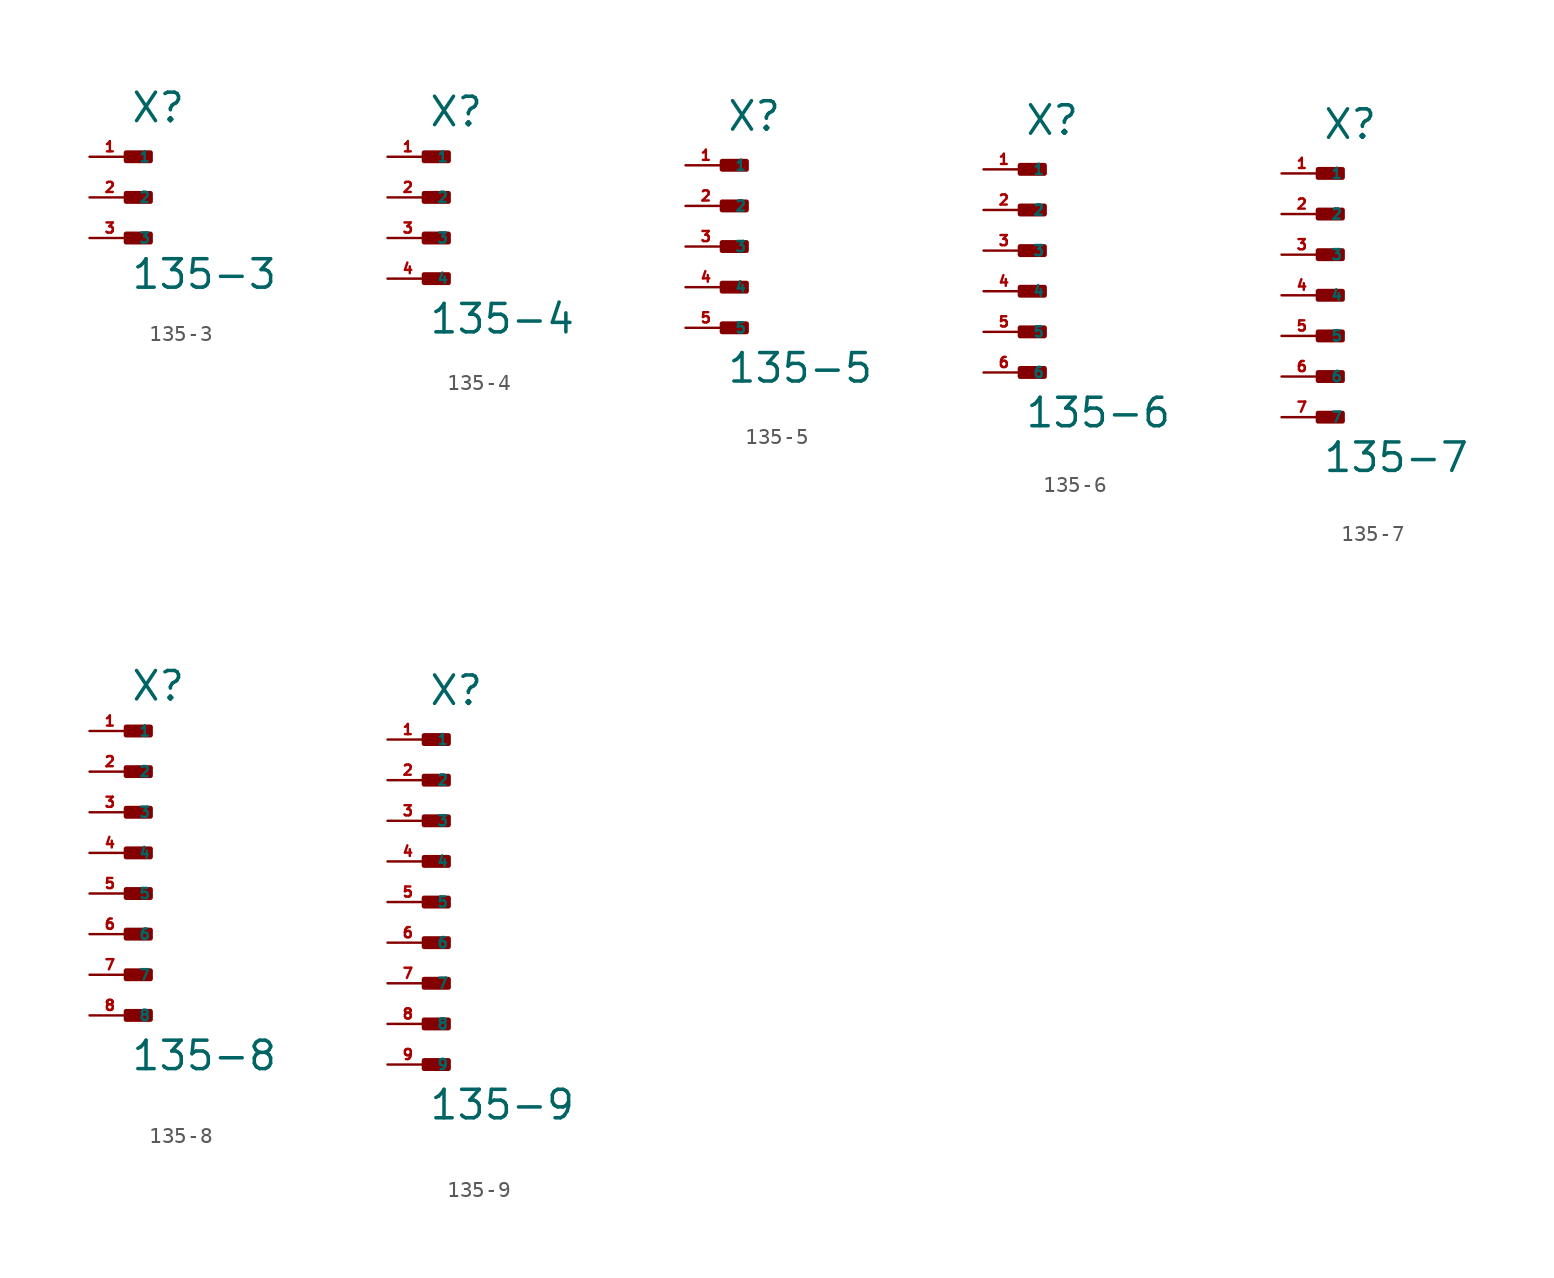
<source format=kicad_sym>
(kicad_symbol_lib
  (version 20220914)
  (generator Eagle2Kicad)
  (symbol "135-3"
    (property "Reference" "X"
      (at 0 4.572 0)
      (effects (font (size 1.778 1.778) (thickness 0.22)) (justify left bottom)))
    (property "Value" "135-3"
      (at 0 -5.842 0)
      (effects (font (size 1.778 1.778) (thickness 0.22)) (justify left bottom)))
    (rectangle
      (start -0.254 2.286)
      (end 1.27 2.794)
      (stroke (width 0.3) (type default))
      (fill (type outline)))
    (rectangle
      (start -0.254 -0.254)
      (end 1.27 0.254)
      (stroke (width 0.3) (type default))
      (fill (type outline)))
    (rectangle
      (start -0.254 -2.794)
      (end 1.27 -2.286)
      (stroke (width 0.3) (type default))
      (fill (type outline)))
    (pin passive line
      (at -2.54 2.54 0)
      (length 2.54)
      (name "1" (effects (font (size 0.635 0.635) (thickness 0.08)) (justify left bottom)))
      (number "1" (effects (font (size 0.635 0.635) (thickness 0.08)) (justify left bottom))))
    (pin passive line
      (at -2.54 0 0)
      (length 2.54)
      (name "2" (effects (font (size 0.635 0.635) (thickness 0.08)) (justify left bottom)))
      (number "2" (effects (font (size 0.635 0.635) (thickness 0.08)) (justify left bottom))))
    (pin passive line
      (at -2.54 -2.54 0)
      (length 2.54)
      (name "3" (effects (font (size 0.635 0.635) (thickness 0.08)) (justify left bottom)))
      (number "3" (effects (font (size 0.635 0.635) (thickness 0.08)) (justify left bottom)))))
  (symbol "135-4"
    (property "Reference" "X"
      (at 0 4.318 0)
      (effects (font (size 1.778 1.778) (thickness 0.22)) (justify left bottom)))
    (property "Value" "135-4"
      (at 0 -8.636 0)
      (effects (font (size 1.778 1.778) (thickness 0.22)) (justify left bottom)))
    (rectangle
      (start -0.254 2.286)
      (end 1.27 2.794)
      (stroke (width 0.3) (type default))
      (fill (type outline)))
    (rectangle
      (start -0.254 -0.254)
      (end 1.27 0.254)
      (stroke (width 0.3) (type default))
      (fill (type outline)))
    (rectangle
      (start -0.254 -2.794)
      (end 1.27 -2.286)
      (stroke (width 0.3) (type default))
      (fill (type outline)))
    (rectangle
      (start -0.254 -5.334)
      (end 1.27 -4.826)
      (stroke (width 0.3) (type default))
      (fill (type outline)))
    (pin passive line
      (at -2.54 2.54 0)
      (length 2.54)
      (name "1" (effects (font (size 0.635 0.635) (thickness 0.08)) (justify left bottom)))
      (number "1" (effects (font (size 0.635 0.635) (thickness 0.08)) (justify left bottom))))
    (pin passive line
      (at -2.54 0 0)
      (length 2.54)
      (name "2" (effects (font (size 0.635 0.635) (thickness 0.08)) (justify left bottom)))
      (number "2" (effects (font (size 0.635 0.635) (thickness 0.08)) (justify left bottom))))
    (pin passive line
      (at -2.54 -2.54 0)
      (length 2.54)
      (name "3" (effects (font (size 0.635 0.635) (thickness 0.08)) (justify left bottom)))
      (number "3" (effects (font (size 0.635 0.635) (thickness 0.08)) (justify left bottom))))
    (pin passive line
      (at -2.54 -5.08 0)
      (length 2.54)
      (name "4" (effects (font (size 0.635 0.635) (thickness 0.08)) (justify left bottom)))
      (number "4" (effects (font (size 0.635 0.635) (thickness 0.08)) (justify left bottom)))))
  (symbol "135-5"
    (property "Reference" "X"
      (at 0 7.112 0)
      (effects (font (size 1.778 1.778) (thickness 0.22)) (justify left bottom)))
    (property "Value" "135-5"
      (at 0 -8.636 0)
      (effects (font (size 1.778 1.778) (thickness 0.22)) (justify left bottom)))
    (rectangle
      (start -0.254 4.826)
      (end 1.27 5.334)
      (stroke (width 0.3) (type default))
      (fill (type outline)))
    (rectangle
      (start -0.254 2.286)
      (end 1.27 2.794)
      (stroke (width 0.3) (type default))
      (fill (type outline)))
    (rectangle
      (start -0.254 -0.254)
      (end 1.27 0.254)
      (stroke (width 0.3) (type default))
      (fill (type outline)))
    (rectangle
      (start -0.254 -2.794)
      (end 1.27 -2.286)
      (stroke (width 0.3) (type default))
      (fill (type outline)))
    (rectangle
      (start -0.254 -5.334)
      (end 1.27 -4.826)
      (stroke (width 0.3) (type default))
      (fill (type outline)))
    (pin passive line
      (at -2.54 5.08 0)
      (length 2.54)
      (name "1" (effects (font (size 0.635 0.635) (thickness 0.08)) (justify left bottom)))
      (number "1" (effects (font (size 0.635 0.635) (thickness 0.08)) (justify left bottom))))
    (pin passive line
      (at -2.54 2.54 0)
      (length 2.54)
      (name "2" (effects (font (size 0.635 0.635) (thickness 0.08)) (justify left bottom)))
      (number "2" (effects (font (size 0.635 0.635) (thickness 0.08)) (justify left bottom))))
    (pin passive line
      (at -2.54 0 0)
      (length 2.54)
      (name "3" (effects (font (size 0.635 0.635) (thickness 0.08)) (justify left bottom)))
      (number "3" (effects (font (size 0.635 0.635) (thickness 0.08)) (justify left bottom))))
    (pin passive line
      (at -2.54 -2.54 0)
      (length 2.54)
      (name "4" (effects (font (size 0.635 0.635) (thickness 0.08)) (justify left bottom)))
      (number "4" (effects (font (size 0.635 0.635) (thickness 0.08)) (justify left bottom))))
    (pin passive line
      (at -2.54 -5.08 0)
      (length 2.54)
      (name "5" (effects (font (size 0.635 0.635) (thickness 0.08)) (justify left bottom)))
      (number "5" (effects (font (size 0.635 0.635) (thickness 0.08)) (justify left bottom)))))
  (symbol "135-6"
    (property "Reference" "X"
      (at 0 7.112 0)
      (effects (font (size 1.778 1.778) (thickness 0.22)) (justify left bottom)))
    (property "Value" "135-6"
      (at 0 -11.176 0)
      (effects (font (size 1.778 1.778) (thickness 0.22)) (justify left bottom)))
    (rectangle
      (start -0.254 4.826)
      (end 1.27 5.334)
      (stroke (width 0.3) (type default))
      (fill (type outline)))
    (rectangle
      (start -0.254 2.286)
      (end 1.27 2.794)
      (stroke (width 0.3) (type default))
      (fill (type outline)))
    (rectangle
      (start -0.254 -0.254)
      (end 1.27 0.254)
      (stroke (width 0.3) (type default))
      (fill (type outline)))
    (rectangle
      (start -0.254 -2.794)
      (end 1.27 -2.286)
      (stroke (width 0.3) (type default))
      (fill (type outline)))
    (rectangle
      (start -0.254 -5.334)
      (end 1.27 -4.826)
      (stroke (width 0.3) (type default))
      (fill (type outline)))
    (rectangle
      (start -0.254 -7.874)
      (end 1.27 -7.366)
      (stroke (width 0.3) (type default))
      (fill (type outline)))
    (pin passive line
      (at -2.54 5.08 0)
      (length 2.54)
      (name "1" (effects (font (size 0.635 0.635) (thickness 0.08)) (justify left bottom)))
      (number "1" (effects (font (size 0.635 0.635) (thickness 0.08)) (justify left bottom))))
    (pin passive line
      (at -2.54 2.54 0)
      (length 2.54)
      (name "2" (effects (font (size 0.635 0.635) (thickness 0.08)) (justify left bottom)))
      (number "2" (effects (font (size 0.635 0.635) (thickness 0.08)) (justify left bottom))))
    (pin passive line
      (at -2.54 0 0)
      (length 2.54)
      (name "3" (effects (font (size 0.635 0.635) (thickness 0.08)) (justify left bottom)))
      (number "3" (effects (font (size 0.635 0.635) (thickness 0.08)) (justify left bottom))))
    (pin passive line
      (at -2.54 -2.54 0)
      (length 2.54)
      (name "4" (effects (font (size 0.635 0.635) (thickness 0.08)) (justify left bottom)))
      (number "4" (effects (font (size 0.635 0.635) (thickness 0.08)) (justify left bottom))))
    (pin passive line
      (at -2.54 -5.08 0)
      (length 2.54)
      (name "5" (effects (font (size 0.635 0.635) (thickness 0.08)) (justify left bottom)))
      (number "5" (effects (font (size 0.635 0.635) (thickness 0.08)) (justify left bottom))))
    (pin passive line
      (at -2.54 -7.62 0)
      (length 2.54)
      (name "6" (effects (font (size 0.635 0.635) (thickness 0.08)) (justify left bottom)))
      (number "6" (effects (font (size 0.635 0.635) (thickness 0.08)) (justify left bottom)))))
  (symbol "135-7"
    (property "Reference" "X"
      (at 0 9.652 0)
      (effects (font (size 1.778 1.778) (thickness 0.22)) (justify left bottom)))
    (property "Value" "135-7"
      (at 0 -11.176 0)
      (effects (font (size 1.778 1.778) (thickness 0.22)) (justify left bottom)))
    (rectangle
      (start -0.254 7.366)
      (end 1.27 7.874)
      (stroke (width 0.3) (type default))
      (fill (type outline)))
    (rectangle
      (start -0.254 4.826)
      (end 1.27 5.334)
      (stroke (width 0.3) (type default))
      (fill (type outline)))
    (rectangle
      (start -0.254 2.286)
      (end 1.27 2.794)
      (stroke (width 0.3) (type default))
      (fill (type outline)))
    (rectangle
      (start -0.254 -0.254)
      (end 1.27 0.254)
      (stroke (width 0.3) (type default))
      (fill (type outline)))
    (rectangle
      (start -0.254 -2.794)
      (end 1.27 -2.286)
      (stroke (width 0.3) (type default))
      (fill (type outline)))
    (rectangle
      (start -0.254 -5.334)
      (end 1.27 -4.826)
      (stroke (width 0.3) (type default))
      (fill (type outline)))
    (rectangle
      (start -0.254 -7.874)
      (end 1.27 -7.366)
      (stroke (width 0.3) (type default))
      (fill (type outline)))
    (pin passive line
      (at -2.54 7.62 0)
      (length 2.54)
      (name "1" (effects (font (size 0.635 0.635) (thickness 0.08)) (justify left bottom)))
      (number "1" (effects (font (size 0.635 0.635) (thickness 0.08)) (justify left bottom))))
    (pin passive line
      (at -2.54 5.08 0)
      (length 2.54)
      (name "2" (effects (font (size 0.635 0.635) (thickness 0.08)) (justify left bottom)))
      (number "2" (effects (font (size 0.635 0.635) (thickness 0.08)) (justify left bottom))))
    (pin passive line
      (at -2.54 2.54 0)
      (length 2.54)
      (name "3" (effects (font (size 0.635 0.635) (thickness 0.08)) (justify left bottom)))
      (number "3" (effects (font (size 0.635 0.635) (thickness 0.08)) (justify left bottom))))
    (pin passive line
      (at -2.54 0 0)
      (length 2.54)
      (name "4" (effects (font (size 0.635 0.635) (thickness 0.08)) (justify left bottom)))
      (number "4" (effects (font (size 0.635 0.635) (thickness 0.08)) (justify left bottom))))
    (pin passive line
      (at -2.54 -2.54 0)
      (length 2.54)
      (name "5" (effects (font (size 0.635 0.635) (thickness 0.08)) (justify left bottom)))
      (number "5" (effects (font (size 0.635 0.635) (thickness 0.08)) (justify left bottom))))
    (pin passive line
      (at -2.54 -5.08 0)
      (length 2.54)
      (name "6" (effects (font (size 0.635 0.635) (thickness 0.08)) (justify left bottom)))
      (number "6" (effects (font (size 0.635 0.635) (thickness 0.08)) (justify left bottom))))
    (pin passive line
      (at -2.54 -7.62 0)
      (length 2.54)
      (name "7" (effects (font (size 0.635 0.635) (thickness 0.08)) (justify left bottom)))
      (number "7" (effects (font (size 0.635 0.635) (thickness 0.08)) (justify left bottom)))))
  (symbol "135-8"
    (property "Reference" "X"
      (at 0 9.398 0)
      (effects (font (size 1.778 1.778) (thickness 0.22)) (justify left bottom)))
    (property "Value" "135-8"
      (at 0 -13.716 0)
      (effects (font (size 1.778 1.778) (thickness 0.22)) (justify left bottom)))
    (rectangle
      (start -0.254 7.366)
      (end 1.27 7.874)
      (stroke (width 0.3) (type default))
      (fill (type outline)))
    (rectangle
      (start -0.254 4.826)
      (end 1.27 5.334)
      (stroke (width 0.3) (type default))
      (fill (type outline)))
    (rectangle
      (start -0.254 2.286)
      (end 1.27 2.794)
      (stroke (width 0.3) (type default))
      (fill (type outline)))
    (rectangle
      (start -0.254 -0.254)
      (end 1.27 0.254)
      (stroke (width 0.3) (type default))
      (fill (type outline)))
    (rectangle
      (start -0.254 -2.794)
      (end 1.27 -2.286)
      (stroke (width 0.3) (type default))
      (fill (type outline)))
    (rectangle
      (start -0.254 -5.334)
      (end 1.27 -4.826)
      (stroke (width 0.3) (type default))
      (fill (type outline)))
    (rectangle
      (start -0.254 -7.874)
      (end 1.27 -7.366)
      (stroke (width 0.3) (type default))
      (fill (type outline)))
    (rectangle
      (start -0.254 -10.414)
      (end 1.27 -9.906)
      (stroke (width 0.3) (type default))
      (fill (type outline)))
    (pin passive line
      (at -2.54 7.62 0)
      (length 2.54)
      (name "1" (effects (font (size 0.635 0.635) (thickness 0.08)) (justify left bottom)))
      (number "1" (effects (font (size 0.635 0.635) (thickness 0.08)) (justify left bottom))))
    (pin passive line
      (at -2.54 5.08 0)
      (length 2.54)
      (name "2" (effects (font (size 0.635 0.635) (thickness 0.08)) (justify left bottom)))
      (number "2" (effects (font (size 0.635 0.635) (thickness 0.08)) (justify left bottom))))
    (pin passive line
      (at -2.54 2.54 0)
      (length 2.54)
      (name "3" (effects (font (size 0.635 0.635) (thickness 0.08)) (justify left bottom)))
      (number "3" (effects (font (size 0.635 0.635) (thickness 0.08)) (justify left bottom))))
    (pin passive line
      (at -2.54 0 0)
      (length 2.54)
      (name "4" (effects (font (size 0.635 0.635) (thickness 0.08)) (justify left bottom)))
      (number "4" (effects (font (size 0.635 0.635) (thickness 0.08)) (justify left bottom))))
    (pin passive line
      (at -2.54 -2.54 0)
      (length 2.54)
      (name "5" (effects (font (size 0.635 0.635) (thickness 0.08)) (justify left bottom)))
      (number "5" (effects (font (size 0.635 0.635) (thickness 0.08)) (justify left bottom))))
    (pin passive line
      (at -2.54 -5.08 0)
      (length 2.54)
      (name "6" (effects (font (size 0.635 0.635) (thickness 0.08)) (justify left bottom)))
      (number "6" (effects (font (size 0.635 0.635) (thickness 0.08)) (justify left bottom))))
    (pin passive line
      (at -2.54 -7.62 0)
      (length 2.54)
      (name "7" (effects (font (size 0.635 0.635) (thickness 0.08)) (justify left bottom)))
      (number "7" (effects (font (size 0.635 0.635) (thickness 0.08)) (justify left bottom))))
    (pin passive line
      (at -2.54 -10.16 0)
      (length 2.54)
      (name "8" (effects (font (size 0.635 0.635) (thickness 0.08)) (justify left bottom)))
      (number "8" (effects (font (size 0.635 0.635) (thickness 0.08)) (justify left bottom)))))
  (symbol "135-9"
    (property "Reference" "X"
      (at 0 12.192 0)
      (effects (font (size 1.778 1.778) (thickness 0.22)) (justify left bottom)))
    (property "Value" "135-9"
      (at 0 -13.716 0)
      (effects (font (size 1.778 1.778) (thickness 0.22)) (justify left bottom)))
    (rectangle
      (start -0.254 9.906)
      (end 1.27 10.414)
      (stroke (width 0.3) (type default))
      (fill (type outline)))
    (rectangle
      (start -0.254 7.366)
      (end 1.27 7.874)
      (stroke (width 0.3) (type default))
      (fill (type outline)))
    (rectangle
      (start -0.254 4.826)
      (end 1.27 5.334)
      (stroke (width 0.3) (type default))
      (fill (type outline)))
    (rectangle
      (start -0.254 2.286)
      (end 1.27 2.794)
      (stroke (width 0.3) (type default))
      (fill (type outline)))
    (rectangle
      (start -0.254 -0.254)
      (end 1.27 0.254)
      (stroke (width 0.3) (type default))
      (fill (type outline)))
    (rectangle
      (start -0.254 -2.794)
      (end 1.27 -2.286)
      (stroke (width 0.3) (type default))
      (fill (type outline)))
    (rectangle
      (start -0.254 -5.334)
      (end 1.27 -4.826)
      (stroke (width 0.3) (type default))
      (fill (type outline)))
    (rectangle
      (start -0.254 -7.874)
      (end 1.27 -7.366)
      (stroke (width 0.3) (type default))
      (fill (type outline)))
    (rectangle
      (start -0.254 -10.414)
      (end 1.27 -9.906)
      (stroke (width 0.3) (type default))
      (fill (type outline)))
    (pin passive line
      (at -2.54 10.16 0)
      (length 2.54)
      (name "1" (effects (font (size 0.635 0.635) (thickness 0.08)) (justify left bottom)))
      (number "1" (effects (font (size 0.635 0.635) (thickness 0.08)) (justify left bottom))))
    (pin passive line
      (at -2.54 7.62 0)
      (length 2.54)
      (name "2" (effects (font (size 0.635 0.635) (thickness 0.08)) (justify left bottom)))
      (number "2" (effects (font (size 0.635 0.635) (thickness 0.08)) (justify left bottom))))
    (pin passive line
      (at -2.54 5.08 0)
      (length 2.54)
      (name "3" (effects (font (size 0.635 0.635) (thickness 0.08)) (justify left bottom)))
      (number "3" (effects (font (size 0.635 0.635) (thickness 0.08)) (justify left bottom))))
    (pin passive line
      (at -2.54 2.54 0)
      (length 2.54)
      (name "4" (effects (font (size 0.635 0.635) (thickness 0.08)) (justify left bottom)))
      (number "4" (effects (font (size 0.635 0.635) (thickness 0.08)) (justify left bottom))))
    (pin passive line
      (at -2.54 0 0)
      (length 2.54)
      (name "5" (effects (font (size 0.635 0.635) (thickness 0.08)) (justify left bottom)))
      (number "5" (effects (font (size 0.635 0.635) (thickness 0.08)) (justify left bottom))))
    (pin passive line
      (at -2.54 -2.54 0)
      (length 2.54)
      (name "6" (effects (font (size 0.635 0.635) (thickness 0.08)) (justify left bottom)))
      (number "6" (effects (font (size 0.635 0.635) (thickness 0.08)) (justify left bottom))))
    (pin passive line
      (at -2.54 -5.08 0)
      (length 2.54)
      (name "7" (effects (font (size 0.635 0.635) (thickness 0.08)) (justify left bottom)))
      (number "7" (effects (font (size 0.635 0.635) (thickness 0.08)) (justify left bottom))))
    (pin passive line
      (at -2.54 -7.62 0)
      (length 2.54)
      (name "8" (effects (font (size 0.635 0.635) (thickness 0.08)) (justify left bottom)))
      (number "8" (effects (font (size 0.635 0.635) (thickness 0.08)) (justify left bottom))))
    (pin passive line
      (at -2.54 -10.16 0)
      (length 2.54)
      (name "9" (effects (font (size 0.635 0.635) (thickness 0.08)) (justify left bottom)))
      (number "9" (effects (font (size 0.635 0.635) (thickness 0.08)) (justify left bottom))))))
</source>
